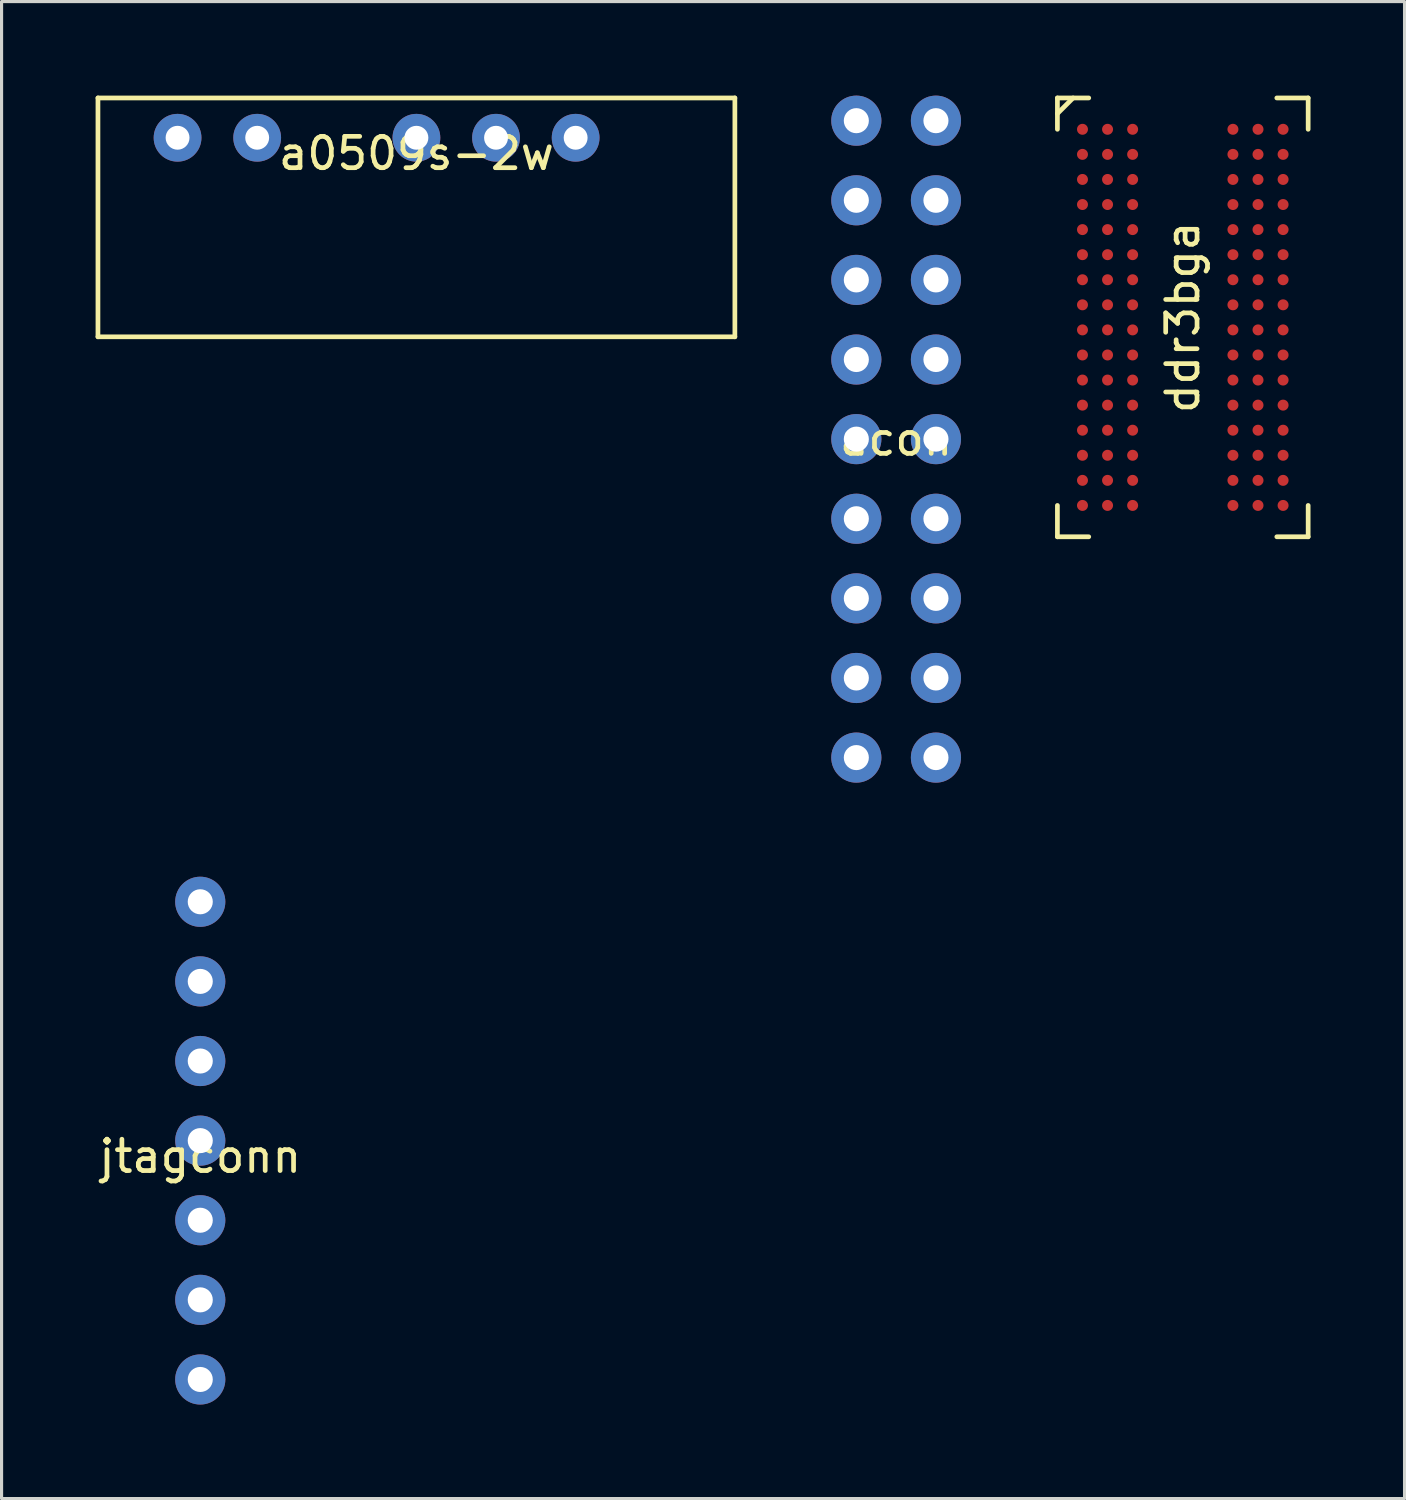
<source format=kicad_pcb>
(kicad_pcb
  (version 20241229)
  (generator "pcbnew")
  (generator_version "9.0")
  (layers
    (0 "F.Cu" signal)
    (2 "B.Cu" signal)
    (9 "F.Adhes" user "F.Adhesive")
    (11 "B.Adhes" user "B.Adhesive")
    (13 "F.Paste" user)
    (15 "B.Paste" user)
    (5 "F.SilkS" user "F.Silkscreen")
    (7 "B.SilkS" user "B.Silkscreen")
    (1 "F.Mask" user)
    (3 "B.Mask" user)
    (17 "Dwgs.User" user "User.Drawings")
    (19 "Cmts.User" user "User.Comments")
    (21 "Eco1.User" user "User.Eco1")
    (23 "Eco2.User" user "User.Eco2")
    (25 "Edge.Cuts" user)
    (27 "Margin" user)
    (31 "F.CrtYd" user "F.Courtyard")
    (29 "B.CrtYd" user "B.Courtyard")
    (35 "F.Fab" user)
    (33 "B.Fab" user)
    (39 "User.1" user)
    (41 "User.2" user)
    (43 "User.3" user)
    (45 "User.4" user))
  (footprint "a0509s-2w"
    (layer "F.Cu")
    (at 8.965 1.345)
    (property "Reference" "a0509s-2w" (at 1.27 0.5 0) (layer "F.SilkS") (effects (font (size 1 1) (thickness 0.15))))
    (attr through_hole)
    (fp_line (start -8.89 -1.27) (end -8.89 6.35) (stroke (width 0.15) (type solid)) (layer "F.SilkS"))
    (fp_line (start -8.89 6.35) (end 11.43 6.35) (stroke (width 0.15) (type solid)) (layer "F.SilkS"))
    (fp_line (start 11.43 -1.27) (end -8.89 -1.27) (stroke (width 0.15) (type solid)) (layer "F.SilkS"))
    (fp_line (start 11.43 6.35) (end 11.43 -1.27) (stroke (width 0.15) (type solid)) (layer "F.SilkS"))
    (pad "1" thru_hole circle (at -6.35 0) (size 1.524 1.524) (drill 0.762) (layers "*.Cu" "*.Mask"))
    (pad "2" thru_hole circle (at -3.81 0) (size 1.524 1.524) (drill 0.762) (layers "*.Cu" "*.Mask"))
    (pad "3" thru_hole circle (at 1.27 0) (size 1.524 1.524) (drill 0.762) (layers "*.Cu" "*.Mask"))
    (pad "4" thru_hole circle (at 3.81 0) (size 1.524 1.524) (drill 0.762) (layers "*.Cu" "*.Mask"))
    (pad "5" thru_hole circle (at 6.35 0) (size 1.524 1.524) (drill 0.762) (layers "*.Cu" "*.Mask")))
  (footprint "jtagconn"
    (layer "F.Cu")
    (at 3.339 33.34)
    (property "Reference" "jtagconn" (at 0 0.5 0) (layer "F.SilkS") (effects (font (size 1 1) (thickness 0.15))))
    (attr through_hole)
    (pad "1" thru_hole circle (at 0 -7.62) (size 1.6 1.6) (drill 0.8) (layers "*.Cu" "*.Mask"))
    (pad "2" thru_hole circle (at 0 -5.08) (size 1.6 1.6) (drill 0.8) (layers "*.Cu" "*.Mask"))
    (pad "3" thru_hole circle (at 0 -2.54) (size 1.6 1.6) (drill 0.8) (layers "*.Cu" "*.Mask"))
    (pad "4" thru_hole circle (at 0 0) (size 1.6 1.6) (drill 0.8) (layers "*.Cu" "*.Mask"))
    (pad "5" thru_hole circle (at 0 2.54) (size 1.6 1.6) (drill 0.8) (layers "*.Cu" "*.Mask"))
    (pad "6" thru_hole circle (at 0 5.08) (size 1.6 1.6) (drill 0.8) (layers "*.Cu" "*.Mask"))
    (pad "7" thru_hole circle (at 0 7.62) (size 1.6 1.6) (drill 0.8) (layers "*.Cu" "*.Mask")))
  (footprint "acon"
    (layer "F.Cu")
    (at 25.54 10.96)
    (property "Reference" "acon" (at 0 0 0) (layer "F.SilkS") (effects (font (size 1 1) (thickness 0.15))))
    (attr through_hole)
    (pad "1" thru_hole circle (at -1.27 -10.16) (size 1.6 1.6) (drill 0.8) (layers "*.Cu" "*.Mask"))
    (pad "2" thru_hole circle (at 1.27 -10.16) (size 1.6 1.6) (drill 0.8) (layers "*.Cu" "*.Mask"))
    (pad "3" thru_hole circle (at -1.27 -7.62) (size 1.6 1.6) (drill 0.8) (layers "*.Cu" "*.Mask"))
    (pad "4" thru_hole circle (at 1.27 -7.62) (size 1.6 1.6) (drill 0.8) (layers "*.Cu" "*.Mask"))
    (pad "5" thru_hole circle (at -1.27 -5.08) (size 1.6 1.6) (drill 0.8) (layers "*.Cu" "*.Mask"))
    (pad "6" thru_hole circle (at 1.27 -5.08) (size 1.6 1.6) (drill 0.8) (layers "*.Cu" "*.Mask"))
    (pad "7" thru_hole circle (at -1.27 -2.54) (size 1.6 1.6) (drill 0.8) (layers "*.Cu" "*.Mask"))
    (pad "8" thru_hole circle (at 1.27 -2.54) (size 1.6 1.6) (drill 0.8) (layers "*.Cu" "*.Mask"))
    (pad "9" thru_hole circle (at -1.27 0) (size 1.6 1.6) (drill 0.8) (layers "*.Cu" "*.Mask"))
    (pad "10" thru_hole circle (at 1.27 0) (size 1.6 1.6) (drill 0.8) (layers "*.Cu" "*.Mask"))
    (pad "11" thru_hole circle (at -1.27 2.54) (size 1.6 1.6) (drill 0.8) (layers "*.Cu" "*.Mask"))
    (pad "12" thru_hole circle (at 1.27 2.54) (size 1.6 1.6) (drill 0.8) (layers "*.Cu" "*.Mask"))
    (pad "13" thru_hole circle (at -1.27 5.08) (size 1.6 1.6) (drill 0.8) (layers "*.Cu" "*.Mask"))
    (pad "14" thru_hole circle (at 1.27 5.08) (size 1.6 1.6) (drill 0.8) (layers "*.Cu" "*.Mask"))
    (pad "15" thru_hole circle (at -1.27 7.62) (size 1.6 1.6) (drill 0.8) (layers "*.Cu" "*.Mask"))
    (pad "16" thru_hole circle (at 1.27 7.62) (size 1.6 1.6) (drill 0.8) (layers "*.Cu" "*.Mask"))
    (pad "17" thru_hole circle (at -1.27 10.16) (size 1.6 1.6) (drill 0.8) (layers "*.Cu" "*.Mask"))
    (pad "18" thru_hole circle (at 1.27 10.16) (size 1.6 1.6) (drill 0.8) (layers "*.Cu" "*.Mask")))
  (footprint "ddr3bga"
    (layer "F.Cu")
    (at 34.685 7.075)
    (property "Reference" "ddr3bga" (at 0 0 90) (layer "F.SilkS") (effects (font (size 1 1) (thickness 0.15))))
    (attr through_hole)
    (fp_line (start -4 -7) (end -4 -6) (stroke (width 0.15) (type solid)) (layer "F.SilkS"))
    (fp_line (start -4 -6.5) (end -3.5 -7) (stroke (width 0.15) (type solid)) (layer "F.SilkS"))
    (fp_line (start -4 6) (end -4 7) (stroke (width 0.15) (type solid)) (layer "F.SilkS"))
    (fp_line (start -4 7) (end -3 7) (stroke (width 0.15) (type solid)) (layer "F.SilkS"))
    (fp_line (start -3 -7) (end -4 -7) (stroke (width 0.15) (type solid)) (layer "F.SilkS"))
    (fp_line (start 3 7) (end 4 7) (stroke (width 0.15) (type solid)) (layer "F.SilkS"))
    (fp_line (start 4 -7) (end 3 -7) (stroke (width 0.15) (type solid)) (layer "F.SilkS"))
    (fp_line (start 4 -6) (end 4 -7) (stroke (width 0.15) (type solid)) (layer "F.SilkS"))
    (fp_line (start 4 7) (end 4 6) (stroke (width 0.15) (type solid)) (layer "F.SilkS"))
    (pad "A1" smd circle (at -3.2 -6) (size 0.35 0.35) (layers "F.Cu" "F.Mask" "F.Paste"))
    (pad "A2" smd circle (at -2.4 -6) (size 0.35 0.35) (layers "F.Cu" "F.Mask" "F.Paste"))
    (pad "A3" smd circle (at -1.6 -6) (size 0.35 0.35) (layers "F.Cu" "F.Mask" "F.Paste"))
    (pad "A7" smd circle (at 1.6 -6) (size 0.35 0.35) (layers "F.Cu" "F.Mask" "F.Paste"))
    (pad "A8" smd circle (at 2.4 -6) (size 0.35 0.35) (layers "F.Cu" "F.Mask" "F.Paste"))
    (pad "A9" smd circle (at 3.2 -6) (size 0.35 0.35) (layers "F.Cu" "F.Mask" "F.Paste"))
    (pad "B1" smd circle (at -3.2 -5.2) (size 0.35 0.35) (layers "F.Cu" "F.Mask" "F.Paste"))
    (pad "B2" smd circle (at -2.4 -5.2) (size 0.35 0.35) (layers "F.Cu" "F.Mask" "F.Paste"))
    (pad "B3" smd circle (at -1.6 -5.2) (size 0.35 0.35) (layers "F.Cu" "F.Mask" "F.Paste"))
    (pad "B7" smd circle (at 1.6 -5.2) (size 0.35 0.35) (layers "F.Cu" "F.Mask" "F.Paste"))
    (pad "B8" smd circle (at 2.4 -5.2) (size 0.35 0.35) (layers "F.Cu" "F.Mask" "F.Paste"))
    (pad "B9" smd circle (at 3.2 -5.2) (size 0.35 0.35) (layers "F.Cu" "F.Mask" "F.Paste"))
    (pad "C1" smd circle (at -3.2 -4.4) (size 0.35 0.35) (layers "F.Cu" "F.Mask" "F.Paste"))
    (pad "C2" smd circle (at -2.4 -4.4) (size 0.35 0.35) (layers "F.Cu" "F.Mask" "F.Paste"))
    (pad "C3" smd circle (at -1.6 -4.4) (size 0.35 0.35) (layers "F.Cu" "F.Mask" "F.Paste"))
    (pad "C7" smd circle (at 1.6 -4.4) (size 0.35 0.35) (layers "F.Cu" "F.Mask" "F.Paste"))
    (pad "C8" smd circle (at 2.4 -4.4) (size 0.35 0.35) (layers "F.Cu" "F.Mask" "F.Paste"))
    (pad "C9" smd circle (at 3.2 -4.4) (size 0.35 0.35) (layers "F.Cu" "F.Mask" "F.Paste"))
    (pad "D1" smd circle (at -3.2 -3.6) (size 0.35 0.35) (layers "F.Cu" "F.Mask" "F.Paste"))
    (pad "D2" smd circle (at -2.4 -3.6) (size 0.35 0.35) (layers "F.Cu" "F.Mask" "F.Paste"))
    (pad "D3" smd circle (at -1.6 -3.6) (size 0.35 0.35) (layers "F.Cu" "F.Mask" "F.Paste"))
    (pad "D7" smd circle (at 1.6 -3.6) (size 0.35 0.35) (layers "F.Cu" "F.Mask" "F.Paste"))
    (pad "D8" smd circle (at 2.4 -3.6) (size 0.35 0.35) (layers "F.Cu" "F.Mask" "F.Paste"))
    (pad "D9" smd circle (at 3.2 -3.6) (size 0.35 0.35) (layers "F.Cu" "F.Mask" "F.Paste"))
    (pad "E1" smd circle (at -3.2 -2.8) (size 0.35 0.35) (layers "F.Cu" "F.Mask" "F.Paste"))
    (pad "E2" smd circle (at -2.4 -2.8) (size 0.35 0.35) (layers "F.Cu" "F.Mask" "F.Paste"))
    (pad "E3" smd circle (at -1.6 -2.8) (size 0.35 0.35) (layers "F.Cu" "F.Mask" "F.Paste"))
    (pad "E7" smd circle (at 1.6 -2.8) (size 0.35 0.35) (layers "F.Cu" "F.Mask" "F.Paste"))
    (pad "E8" smd circle (at 2.4 -2.8) (size 0.35 0.35) (layers "F.Cu" "F.Mask" "F.Paste"))
    (pad "E9" smd circle (at 3.2 -2.8) (size 0.35 0.35) (layers "F.Cu" "F.Mask" "F.Paste"))
    (pad "F1" smd circle (at -3.2 -2) (size 0.35 0.35) (layers "F.Cu" "F.Mask" "F.Paste"))
    (pad "F2" smd circle (at -2.4 -2) (size 0.35 0.35) (layers "F.Cu" "F.Mask" "F.Paste"))
    (pad "F3" smd circle (at -1.6 -2) (size 0.35 0.35) (layers "F.Cu" "F.Mask" "F.Paste"))
    (pad "F7" smd circle (at 1.6 -2) (size 0.35 0.35) (layers "F.Cu" "F.Mask" "F.Paste"))
    (pad "F8" smd circle (at 2.4 -2) (size 0.35 0.35) (layers "F.Cu" "F.Mask" "F.Paste"))
    (pad "F9" smd circle (at 3.2 -2) (size 0.35 0.35) (layers "F.Cu" "F.Mask" "F.Paste"))
    (pad "G1" smd circle (at -3.2 -1.2) (size 0.35 0.35) (layers "F.Cu" "F.Mask" "F.Paste"))
    (pad "G2" smd circle (at -2.4 -1.2) (size 0.35 0.35) (layers "F.Cu" "F.Mask" "F.Paste"))
    (pad "G3" smd circle (at -1.6 -1.2) (size 0.35 0.35) (layers "F.Cu" "F.Mask" "F.Paste"))
    (pad "G7" smd circle (at 1.6 -1.2) (size 0.35 0.35) (layers "F.Cu" "F.Mask" "F.Paste"))
    (pad "G8" smd circle (at 2.4 -1.2) (size 0.35 0.35) (layers "F.Cu" "F.Mask" "F.Paste"))
    (pad "G9" smd circle (at 3.2 -1.2) (size 0.35 0.35) (layers "F.Cu" "F.Mask" "F.Paste"))
    (pad "H1" smd circle (at -3.2 -0.4) (size 0.35 0.35) (layers "F.Cu" "F.Mask" "F.Paste"))
    (pad "H2" smd circle (at -2.4 -0.4) (size 0.35 0.35) (layers "F.Cu" "F.Mask" "F.Paste"))
    (pad "H3" smd circle (at -1.6 -0.4) (size 0.35 0.35) (layers "F.Cu" "F.Mask" "F.Paste"))
    (pad "H7" smd circle (at 1.6 -0.4) (size 0.35 0.35) (layers "F.Cu" "F.Mask" "F.Paste"))
    (pad "H8" smd circle (at 2.4 -0.4) (size 0.35 0.35) (layers "F.Cu" "F.Mask" "F.Paste"))
    (pad "H9" smd circle (at 3.2 -0.4) (size 0.35 0.35) (layers "F.Cu" "F.Mask" "F.Paste"))
    (pad "J1" smd circle (at -3.2 0.4) (size 0.35 0.35) (layers "F.Cu" "F.Mask" "F.Paste"))
    (pad "J2" smd circle (at -2.4 0.4) (size 0.35 0.35) (layers "F.Cu" "F.Mask" "F.Paste"))
    (pad "J3" smd circle (at -1.6 0.4) (size 0.35 0.35) (layers "F.Cu" "F.Mask" "F.Paste"))
    (pad "J7" smd circle (at 1.6 0.4) (size 0.35 0.35) (layers "F.Cu" "F.Mask" "F.Paste"))
    (pad "J8" smd circle (at 2.4 0.4) (size 0.35 0.35) (layers "F.Cu" "F.Mask" "F.Paste"))
    (pad "J9" smd circle (at 3.2 0.4) (size 0.35 0.35) (layers "F.Cu" "F.Mask" "F.Paste"))
    (pad "K1" smd circle (at -3.2 1.2) (size 0.35 0.35) (layers "F.Cu" "F.Mask" "F.Paste"))
    (pad "K2" smd circle (at -2.4 1.2) (size 0.35 0.35) (layers "F.Cu" "F.Mask" "F.Paste"))
    (pad "K3" smd circle (at -1.6 1.2) (size 0.35 0.35) (layers "F.Cu" "F.Mask" "F.Paste"))
    (pad "K7" smd circle (at 1.6 1.2) (size 0.35 0.35) (layers "F.Cu" "F.Mask" "F.Paste"))
    (pad "K8" smd circle (at 2.4 1.2) (size 0.35 0.35) (layers "F.Cu" "F.Mask" "F.Paste"))
    (pad "K9" smd circle (at 3.2 1.2) (size 0.35 0.35) (layers "F.Cu" "F.Mask" "F.Paste"))
    (pad "L1" smd circle (at -3.2 2) (size 0.35 0.35) (layers "F.Cu" "F.Mask" "F.Paste"))
    (pad "L2" smd circle (at -2.4 2) (size 0.35 0.35) (layers "F.Cu" "F.Mask" "F.Paste"))
    (pad "L3" smd circle (at -1.6 2) (size 0.35 0.35) (layers "F.Cu" "F.Mask" "F.Paste"))
    (pad "L7" smd circle (at 1.6 2) (size 0.35 0.35) (layers "F.Cu" "F.Mask" "F.Paste"))
    (pad "L8" smd circle (at 2.4 2) (size 0.35 0.35) (layers "F.Cu" "F.Mask" "F.Paste"))
    (pad "L9" smd circle (at 3.2 2) (size 0.35 0.35) (layers "F.Cu" "F.Mask" "F.Paste"))
    (pad "M1" smd circle (at -3.2 2.8) (size 0.35 0.35) (layers "F.Cu" "F.Mask" "F.Paste"))
    (pad "M2" smd circle (at -2.4 2.8) (size 0.35 0.35) (layers "F.Cu" "F.Mask" "F.Paste"))
    (pad "M3" smd circle (at -1.6 2.8) (size 0.35 0.35) (layers "F.Cu" "F.Mask" "F.Paste"))
    (pad "M7" smd circle (at 1.6 2.8) (size 0.35 0.35) (layers "F.Cu" "F.Mask" "F.Paste"))
    (pad "M8" smd circle (at 2.4 2.8) (size 0.35 0.35) (layers "F.Cu" "F.Mask" "F.Paste"))
    (pad "M9" smd circle (at 3.2 2.8) (size 0.35 0.35) (layers "F.Cu" "F.Mask" "F.Paste"))
    (pad "N1" smd circle (at -3.2 3.6) (size 0.35 0.35) (layers "F.Cu" "F.Mask" "F.Paste"))
    (pad "N2" smd circle (at -2.4 3.6) (size 0.35 0.35) (layers "F.Cu" "F.Mask" "F.Paste"))
    (pad "N3" smd circle (at -1.6 3.6) (size 0.35 0.35) (layers "F.Cu" "F.Mask" "F.Paste"))
    (pad "N7" smd circle (at 1.6 3.6) (size 0.35 0.35) (layers "F.Cu" "F.Mask" "F.Paste"))
    (pad "N8" smd circle (at 2.4 3.6) (size 0.35 0.35) (layers "F.Cu" "F.Mask" "F.Paste"))
    (pad "N9" smd circle (at 3.2 3.6) (size 0.35 0.35) (layers "F.Cu" "F.Mask" "F.Paste"))
    (pad "P1" smd circle (at -3.2 4.4) (size 0.35 0.35) (layers "F.Cu" "F.Mask" "F.Paste"))
    (pad "P2" smd circle (at -2.4 4.4) (size 0.35 0.35) (layers "F.Cu" "F.Mask" "F.Paste"))
    (pad "P3" smd circle (at -1.6 4.4) (size 0.35 0.35) (layers "F.Cu" "F.Mask" "F.Paste"))
    (pad "P7" smd circle (at 1.6 4.4) (size 0.35 0.35) (layers "F.Cu" "F.Mask" "F.Paste"))
    (pad "P8" smd circle (at 2.4 4.4) (size 0.35 0.35) (layers "F.Cu" "F.Mask" "F.Paste"))
    (pad "P9" smd circle (at 3.2 4.4) (size 0.35 0.35) (layers "F.Cu" "F.Mask" "F.Paste"))
    (pad "R1" smd circle (at -3.2 5.2) (size 0.35 0.35) (layers "F.Cu" "F.Mask" "F.Paste"))
    (pad "R2" smd circle (at -2.4 5.2) (size 0.35 0.35) (layers "F.Cu" "F.Mask" "F.Paste"))
    (pad "R3" smd circle (at -1.6 5.2) (size 0.35 0.35) (layers "F.Cu" "F.Mask" "F.Paste"))
    (pad "R7" smd circle (at 1.6 5.2) (size 0.35 0.35) (layers "F.Cu" "F.Mask" "F.Paste"))
    (pad "R8" smd circle (at 2.4 5.2) (size 0.35 0.35) (layers "F.Cu" "F.Mask" "F.Paste"))
    (pad "R9" smd circle (at 3.2 5.2) (size 0.35 0.35) (layers "F.Cu" "F.Mask" "F.Paste"))
    (pad "T1" smd circle (at -3.2 6) (size 0.35 0.35) (layers "F.Cu" "F.Mask" "F.Paste"))
    (pad "T2" smd circle (at -2.4 6) (size 0.35 0.35) (layers "F.Cu" "F.Mask" "F.Paste"))
    (pad "T3" smd circle (at -1.6 6) (size 0.35 0.35) (layers "F.Cu" "F.Mask" "F.Paste"))
    (pad "T7" smd circle (at 1.6 6) (size 0.35 0.35) (layers "F.Cu" "F.Mask" "F.Paste"))
    (pad "T8" smd circle (at 2.4 6) (size 0.35 0.35) (layers "F.Cu" "F.Mask" "F.Paste"))
    (pad "T9" smd circle (at 3.2 6) (size 0.35 0.35) (layers "F.Cu" "F.Mask" "F.Paste")))
  (gr_rect
    (start -3 -3)
    (end 41.76 44.76)
    (stroke (width 0.1) (type default))
    (fill no)
    (layer "Edge.Cuts")))
</source>
